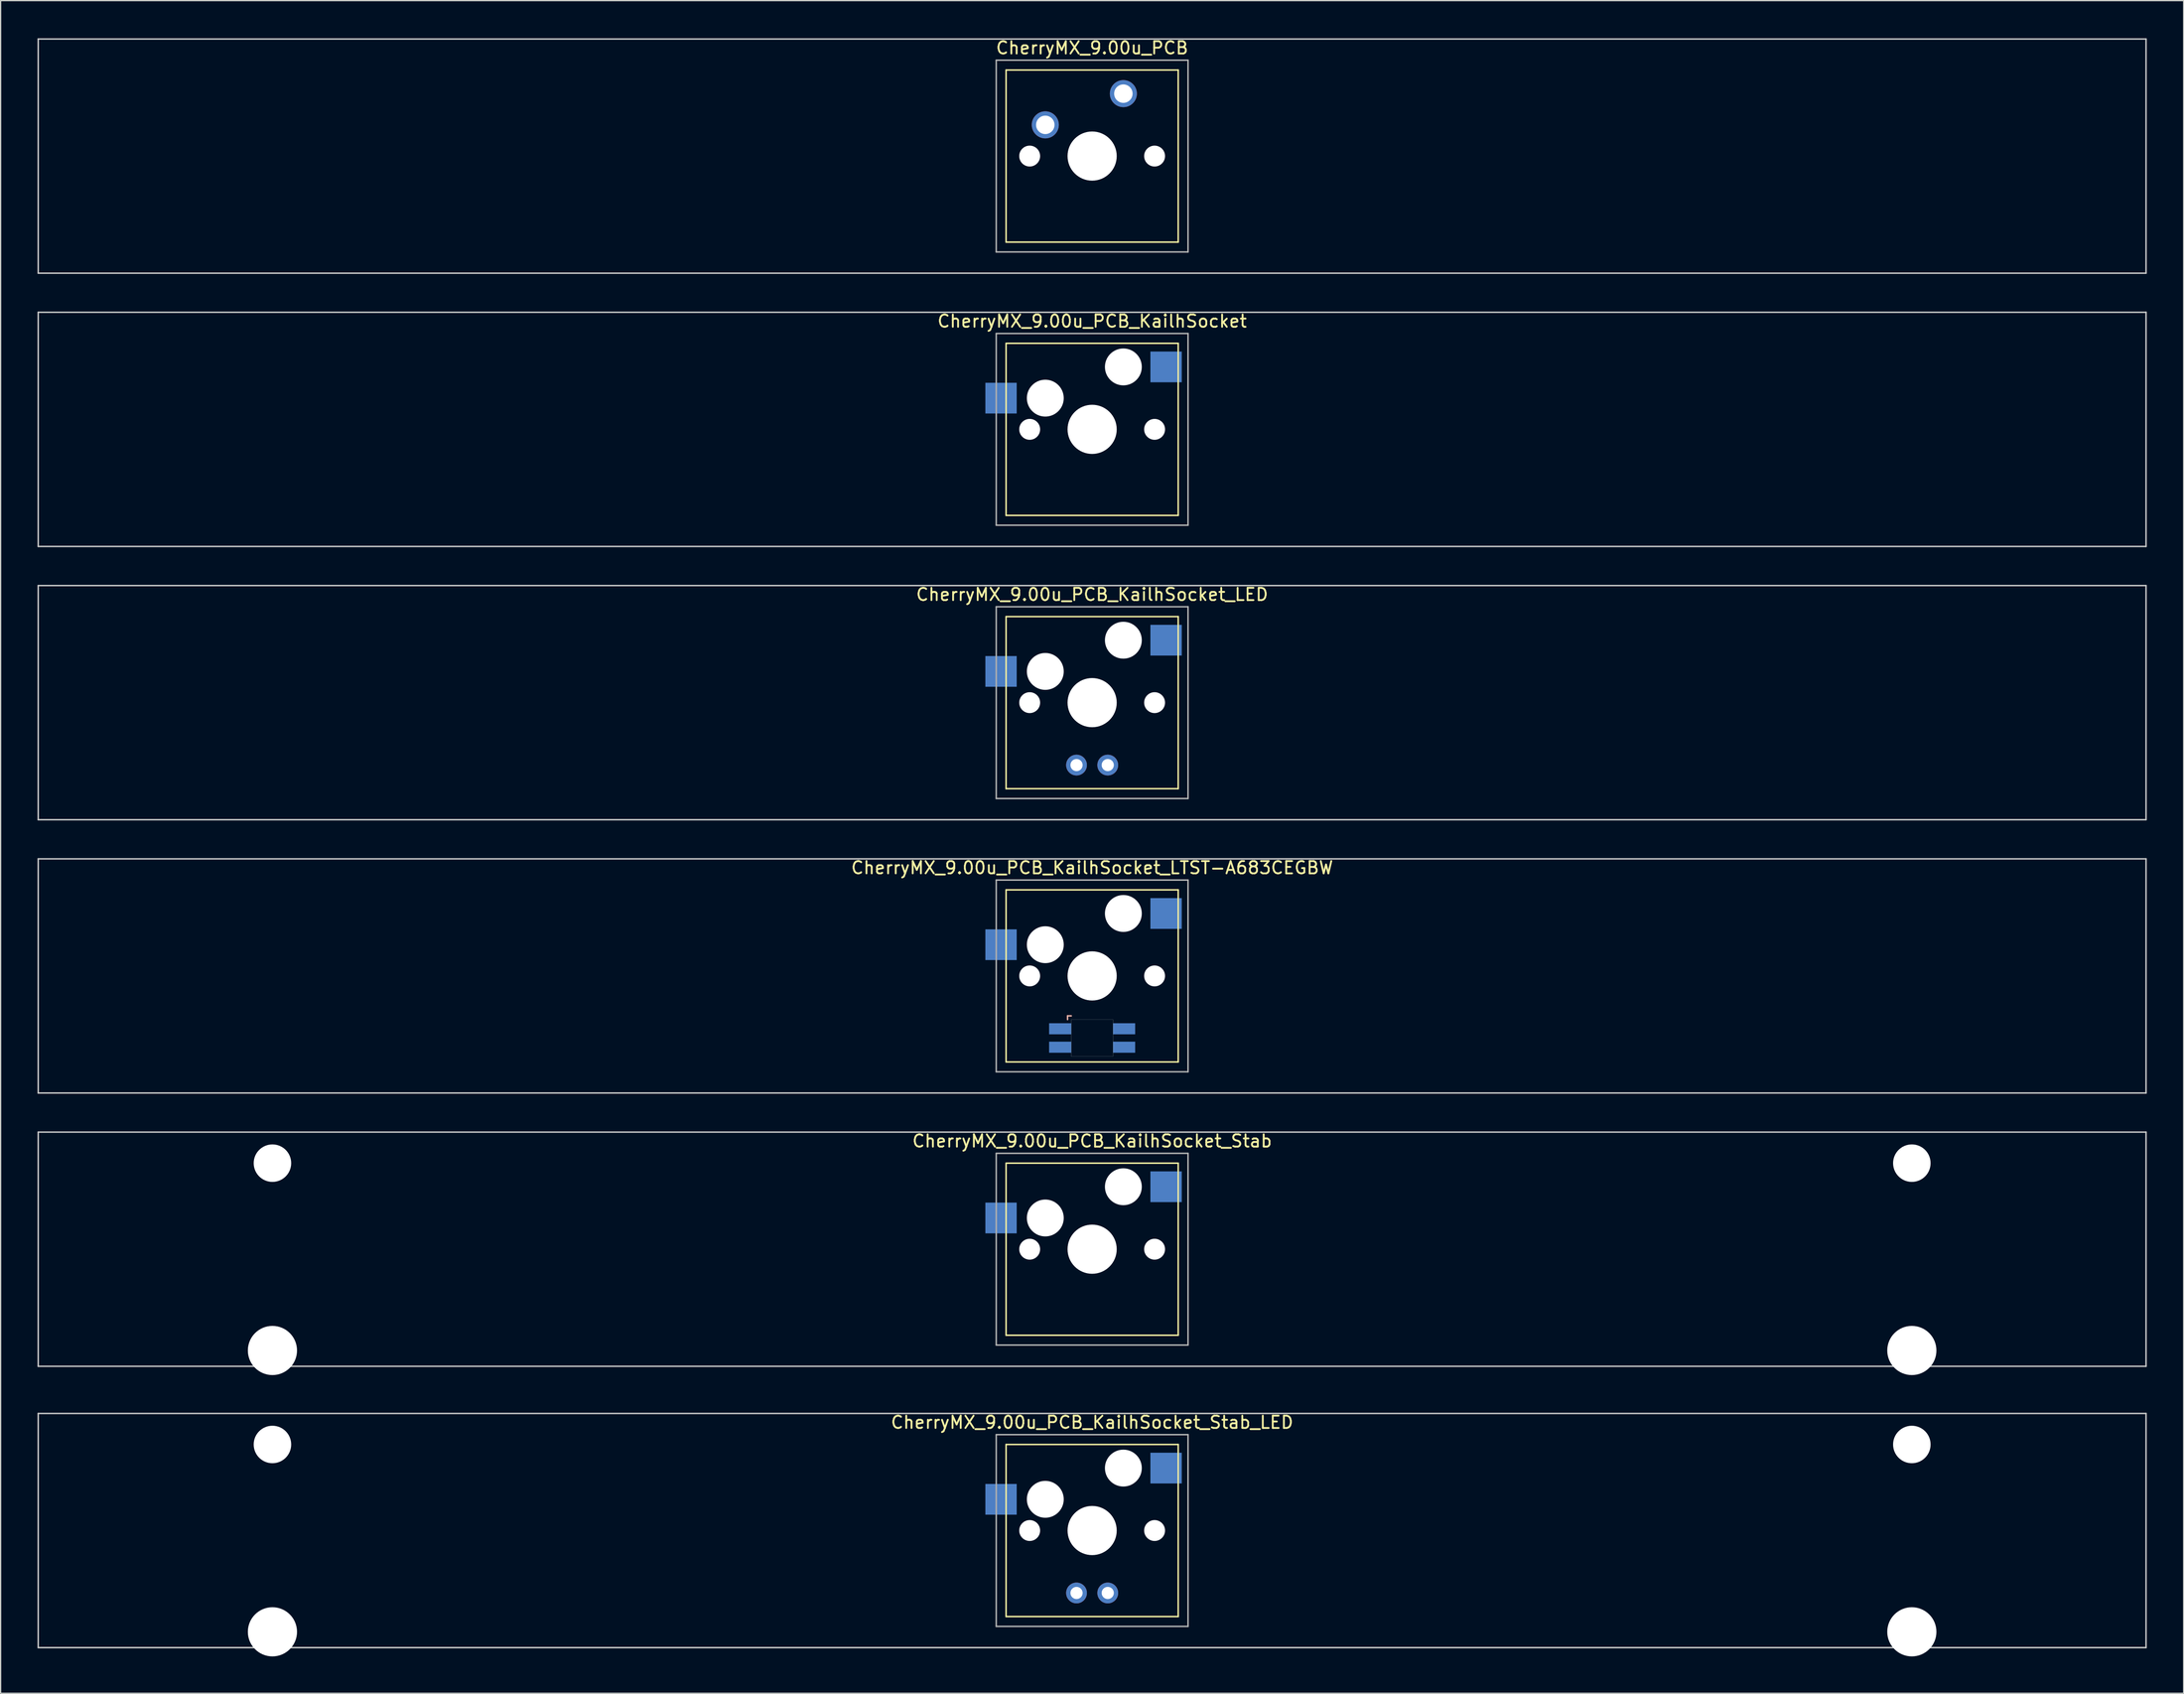
<source format=kicad_pcb>
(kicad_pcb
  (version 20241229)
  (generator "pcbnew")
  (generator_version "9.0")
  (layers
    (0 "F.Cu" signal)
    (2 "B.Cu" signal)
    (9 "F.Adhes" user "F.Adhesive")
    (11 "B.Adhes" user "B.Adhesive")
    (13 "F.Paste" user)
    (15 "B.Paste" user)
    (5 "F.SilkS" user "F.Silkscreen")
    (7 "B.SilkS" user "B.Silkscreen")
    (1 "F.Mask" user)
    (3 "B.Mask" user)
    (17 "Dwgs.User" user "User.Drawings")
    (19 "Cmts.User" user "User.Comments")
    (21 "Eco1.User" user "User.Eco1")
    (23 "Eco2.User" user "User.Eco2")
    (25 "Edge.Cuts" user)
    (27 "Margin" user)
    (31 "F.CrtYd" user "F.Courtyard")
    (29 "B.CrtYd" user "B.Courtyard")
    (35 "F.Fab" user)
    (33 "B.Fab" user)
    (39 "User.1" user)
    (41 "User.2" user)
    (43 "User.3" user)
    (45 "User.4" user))
  (footprint "CherryMX_9.00u_PCB_KailhSocket_LTST-A683CEGBW"
    (layer "F.Cu")
    (at 85.785 76.348)
    (property "Reference" "CherryMX_9.00u_PCB_KailhSocket_LTST-A683CEGBW" (at 0 -8.8 0) (layer "F.SilkS") (effects (font (size 1 1) (thickness 0.15))))
    (attr through_hole)
    (fp_line (start -7 -7) (end -7 7) (stroke (width 0.12) (type solid)) (layer "F.SilkS"))
    (fp_line (start -7 -7) (end 7 -7) (stroke (width 0.12) (type solid)) (layer "F.SilkS"))
    (fp_line (start 7 -7) (end 7 7) (stroke (width 0.12) (type solid)) (layer "F.SilkS"))
    (fp_line (start 7 7) (end -7 7) (stroke (width 0.12) (type solid)) (layer "F.SilkS"))
    (fp_line (start -2 3.25) (end -2 3.55) (stroke (width 0.12) (type solid)) (layer "B.SilkS"))
    (fp_line (start -1.7 3.25) (end -2 3.25) (stroke (width 0.12) (type solid)) (layer "B.SilkS"))
    (fp_line (start -85.725 -9.525) (end 85.725 -9.525) (stroke (width 0.12) (type solid)) (layer "Dwgs.User"))
    (fp_line (start -85.725 9.525) (end -85.725 -9.525) (stroke (width 0.12) (type solid)) (layer "Dwgs.User"))
    (fp_line (start 85.725 -9.525) (end 85.725 9.525) (stroke (width 0.12) (type solid)) (layer "Dwgs.User"))
    (fp_line (start 85.725 9.525) (end -85.725 9.525) (stroke (width 0.12) (type solid)) (layer "Dwgs.User"))
    (fp_poly (pts (xy 1.7 6.55) (xy -1.7 6.55) (xy -1.7 3.55) (xy 1.7 3.55)) (stroke (width 0.01) (type solid)) (fill no) (layer "Edge.Cuts"))
    (fp_line (start -7.8 -7.8) (end -7.8 7.8) (stroke (width 0.12) (type solid)) (layer "F.Fab"))
    (fp_line (start -7.8 -7.8) (end 7.8 -7.8) (stroke (width 0.12) (type solid)) (layer "F.Fab"))
    (fp_line (start -7.8 7.8) (end 7.8 7.8) (stroke (width 0.12) (type solid)) (layer "F.Fab"))
    (fp_line (start 7.8 -7.8) (end 7.8 7.8) (stroke (width 0.12) (type solid)) (layer "F.Fab"))
    (pad "" np_thru_hole circle (at -5.08 0) (size 1.7 1.7) (drill 1.7) (layers "*.Cu" "*.Mask"))
    (pad "" np_thru_hole circle (at -3.81 -2.54) (size 3 3) (drill 3) (layers "*.Cu" "*.Mask"))
    (pad "" np_thru_hole circle (at 0 0) (size 4 4) (drill 4) (layers "*.Cu" "*.Mask"))
    (pad "" np_thru_hole circle (at 2.54 -5.08) (size 3 3) (drill 3) (layers "*.Cu" "*.Mask"))
    (pad "" np_thru_hole circle (at 5.08 0) (size 1.7 1.7) (drill 1.7) (layers "*.Cu" "*.Mask"))
    (pad "1" smd rect (at -7.41 -2.54) (size 2.55 2.5) (layers "B.Cu" "B.Mask" "B.Paste"))
    (pad "2" smd rect (at 6.015 -5.08) (size 2.55 2.5) (layers "B.Cu" "B.Mask" "B.Paste"))
    (pad "3" smd rect (at -2.6 4.3) (size 1.8 0.9) (layers "B.Cu" "B.Mask" "B.Paste"))
    (pad "4" smd rect (at -2.6 5.8) (size 1.8 0.9) (layers "B.Cu" "B.Mask" "B.Paste"))
    (pad "5" smd rect (at 2.6 4.3) (size 1.8 0.9) (layers "B.Cu" "B.Mask" "B.Paste"))
    (pad "6" smd rect (at 2.6 5.8) (size 1.8 0.9) (layers "B.Cu" "B.Mask" "B.Paste")))
  (footprint "CherryMX_9.00u_PCB_KailhSocket_LED"
    (layer "F.Cu")
    (at 85.785 54.115)
    (property "Reference" "CherryMX_9.00u_PCB_KailhSocket_LED" (at 0 -8.8 0) (layer "F.SilkS") (effects (font (size 1 1) (thickness 0.15))))
    (attr through_hole)
    (fp_line (start -7 -7) (end -7 7) (stroke (width 0.12) (type solid)) (layer "F.SilkS"))
    (fp_line (start -7 -7) (end 7 -7) (stroke (width 0.12) (type solid)) (layer "F.SilkS"))
    (fp_line (start 7 -7) (end 7 7) (stroke (width 0.12) (type solid)) (layer "F.SilkS"))
    (fp_line (start 7 7) (end -7 7) (stroke (width 0.12) (type solid)) (layer "F.SilkS"))
    (fp_line (start -85.725 -9.525) (end 85.725 -9.525) (stroke (width 0.12) (type solid)) (layer "Dwgs.User"))
    (fp_line (start -85.725 9.525) (end -85.725 -9.525) (stroke (width 0.12) (type solid)) (layer "Dwgs.User"))
    (fp_line (start 85.725 -9.525) (end 85.725 9.525) (stroke (width 0.12) (type solid)) (layer "Dwgs.User"))
    (fp_line (start 85.725 9.525) (end -85.725 9.525) (stroke (width 0.12) (type solid)) (layer "Dwgs.User"))
    (fp_line (start -7.8 -7.8) (end -7.8 7.8) (stroke (width 0.12) (type solid)) (layer "F.Fab"))
    (fp_line (start -7.8 -7.8) (end 7.8 -7.8) (stroke (width 0.12) (type solid)) (layer "F.Fab"))
    (fp_line (start -7.8 7.8) (end 7.8 7.8) (stroke (width 0.12) (type solid)) (layer "F.Fab"))
    (fp_line (start 7.8 -7.8) (end 7.8 7.8) (stroke (width 0.12) (type solid)) (layer "F.Fab"))
    (pad "" np_thru_hole circle (at -5.08 0) (size 1.7 1.7) (drill 1.7) (layers "*.Cu" "*.Mask"))
    (pad "" np_thru_hole circle (at -3.81 -2.54) (size 3 3) (drill 3) (layers "*.Cu" "*.Mask"))
    (pad "" np_thru_hole circle (at 0 0) (size 4 4) (drill 4) (layers "*.Cu" "*.Mask"))
    (pad "" np_thru_hole circle (at 2.54 -5.08) (size 3 3) (drill 3) (layers "*.Cu" "*.Mask"))
    (pad "" np_thru_hole circle (at 5.08 0) (size 1.7 1.7) (drill 1.7) (layers "*.Cu" "*.Mask"))
    (pad "1" smd rect (at -7.41 -2.54) (size 2.55 2.5) (layers "B.Cu" "B.Mask" "B.Paste"))
    (pad "2" smd rect (at 6.015 -5.08) (size 2.55 2.5) (layers "B.Cu" "B.Mask" "B.Paste"))
    (pad "3" thru_hole circle (at -1.27 5.08) (size 1.691 1.691) (drill 0.991) (layers "*.Cu" "*.Mask"))
    (pad "4" thru_hole circle (at 1.27 5.08) (size 1.691 1.691) (drill 0.991) (layers "*.Cu" "*.Mask")))
  (footprint "CherryMX_9.00u_PCB_KailhSocket_Stab"
    (layer "F.Cu")
    (at 85.785 98.581)
    (property "Reference" "CherryMX_9.00u_PCB_KailhSocket_Stab" (at 0 -8.8 0) (layer "F.SilkS") (effects (font (size 1 1) (thickness 0.15))))
    (attr through_hole)
    (fp_line (start -7 -7) (end -7 7) (stroke (width 0.12) (type solid)) (layer "F.SilkS"))
    (fp_line (start -7 -7) (end 7 -7) (stroke (width 0.12) (type solid)) (layer "F.SilkS"))
    (fp_line (start 7 -7) (end 7 7) (stroke (width 0.12) (type solid)) (layer "F.SilkS"))
    (fp_line (start 7 7) (end -7 7) (stroke (width 0.12) (type solid)) (layer "F.SilkS"))
    (fp_line (start -85.725 -9.525) (end 85.725 -9.525) (stroke (width 0.12) (type solid)) (layer "Dwgs.User"))
    (fp_line (start -85.725 9.525) (end -85.725 -9.525) (stroke (width 0.12) (type solid)) (layer "Dwgs.User"))
    (fp_line (start 85.725 -9.525) (end 85.725 9.525) (stroke (width 0.12) (type solid)) (layer "Dwgs.User"))
    (fp_line (start 85.725 9.525) (end -85.725 9.525) (stroke (width 0.12) (type solid)) (layer "Dwgs.User"))
    (fp_line (start -7.8 -7.8) (end -7.8 7.8) (stroke (width 0.12) (type solid)) (layer "F.Fab"))
    (fp_line (start -7.8 -7.8) (end 7.8 -7.8) (stroke (width 0.12) (type solid)) (layer "F.Fab"))
    (fp_line (start -7.8 7.8) (end 7.8 7.8) (stroke (width 0.12) (type solid)) (layer "F.Fab"))
    (fp_line (start 7.8 -7.8) (end 7.8 7.8) (stroke (width 0.12) (type solid)) (layer "F.Fab"))
    (pad "" np_thru_hole circle (at -66.675 -7) (size 3.05 3.05) (drill 3.05) (layers "*.Cu" "*.Mask"))
    (pad "" np_thru_hole circle (at -66.675 8.24) (size 4 4) (drill 4) (layers "*.Cu" "*.Mask"))
    (pad "" np_thru_hole circle (at -5.08 0) (size 1.7 1.7) (drill 1.7) (layers "*.Cu" "*.Mask"))
    (pad "" np_thru_hole circle (at -3.81 -2.54) (size 3 3) (drill 3) (layers "*.Cu" "*.Mask"))
    (pad "" np_thru_hole circle (at 0 0) (size 4 4) (drill 4) (layers "*.Cu" "*.Mask"))
    (pad "" np_thru_hole circle (at 2.54 -5.08) (size 3 3) (drill 3) (layers "*.Cu" "*.Mask"))
    (pad "" np_thru_hole circle (at 5.08 0) (size 1.7 1.7) (drill 1.7) (layers "*.Cu" "*.Mask"))
    (pad "" np_thru_hole circle (at 66.675 -7) (size 3.05 3.05) (drill 3.05) (layers "*.Cu" "*.Mask"))
    (pad "" np_thru_hole circle (at 66.675 8.24) (size 4 4) (drill 4) (layers "*.Cu" "*.Mask"))
    (pad "1" smd rect (at -7.41 -2.54) (size 2.55 2.5) (layers "B.Cu" "B.Mask" "B.Paste"))
    (pad "2" smd rect (at 6.015 -5.08) (size 2.55 2.5) (layers "B.Cu" "B.Mask" "B.Paste")))
  (footprint "CherryMX_9.00u_PCB_KailhSocket_Stab_LED"
    (layer "F.Cu")
    (at 85.785 121.469)
    (property "Reference" "CherryMX_9.00u_PCB_KailhSocket_Stab_LED" (at 0 -8.8 0) (layer "F.SilkS") (effects (font (size 1 1) (thickness 0.15))))
    (attr through_hole)
    (fp_line (start -7 -7) (end -7 7) (stroke (width 0.12) (type solid)) (layer "F.SilkS"))
    (fp_line (start -7 -7) (end 7 -7) (stroke (width 0.12) (type solid)) (layer "F.SilkS"))
    (fp_line (start 7 -7) (end 7 7) (stroke (width 0.12) (type solid)) (layer "F.SilkS"))
    (fp_line (start 7 7) (end -7 7) (stroke (width 0.12) (type solid)) (layer "F.SilkS"))
    (fp_line (start -85.725 -9.525) (end 85.725 -9.525) (stroke (width 0.12) (type solid)) (layer "Dwgs.User"))
    (fp_line (start -85.725 9.525) (end -85.725 -9.525) (stroke (width 0.12) (type solid)) (layer "Dwgs.User"))
    (fp_line (start 85.725 -9.525) (end 85.725 9.525) (stroke (width 0.12) (type solid)) (layer "Dwgs.User"))
    (fp_line (start 85.725 9.525) (end -85.725 9.525) (stroke (width 0.12) (type solid)) (layer "Dwgs.User"))
    (fp_line (start -7.8 -7.8) (end -7.8 7.8) (stroke (width 0.12) (type solid)) (layer "F.Fab"))
    (fp_line (start -7.8 -7.8) (end 7.8 -7.8) (stroke (width 0.12) (type solid)) (layer "F.Fab"))
    (fp_line (start -7.8 7.8) (end 7.8 7.8) (stroke (width 0.12) (type solid)) (layer "F.Fab"))
    (fp_line (start 7.8 -7.8) (end 7.8 7.8) (stroke (width 0.12) (type solid)) (layer "F.Fab"))
    (pad "" np_thru_hole circle (at -66.675 -7) (size 3.05 3.05) (drill 3.05) (layers "*.Cu" "*.Mask"))
    (pad "" np_thru_hole circle (at -66.675 8.24) (size 4 4) (drill 4) (layers "*.Cu" "*.Mask"))
    (pad "" np_thru_hole circle (at -5.08 0) (size 1.7 1.7) (drill 1.7) (layers "*.Cu" "*.Mask"))
    (pad "" np_thru_hole circle (at -3.81 -2.54) (size 3 3) (drill 3) (layers "*.Cu" "*.Mask"))
    (pad "" np_thru_hole circle (at 0 0) (size 4 4) (drill 4) (layers "*.Cu" "*.Mask"))
    (pad "" np_thru_hole circle (at 2.54 -5.08) (size 3 3) (drill 3) (layers "*.Cu" "*.Mask"))
    (pad "" np_thru_hole circle (at 5.08 0) (size 1.7 1.7) (drill 1.7) (layers "*.Cu" "*.Mask"))
    (pad "" np_thru_hole circle (at 66.675 -7) (size 3.05 3.05) (drill 3.05) (layers "*.Cu" "*.Mask"))
    (pad "" np_thru_hole circle (at 66.675 8.24) (size 4 4) (drill 4) (layers "*.Cu" "*.Mask"))
    (pad "1" smd rect (at -7.41 -2.54) (size 2.55 2.5) (layers "B.Cu" "B.Mask" "B.Paste"))
    (pad "2" smd rect (at 6.015 -5.08) (size 2.55 2.5) (layers "B.Cu" "B.Mask" "B.Paste"))
    (pad "3" thru_hole circle (at -1.27 5.08) (size 1.691 1.691) (drill 0.991) (layers "*.Cu" "*.Mask"))
    (pad "4" thru_hole circle (at 1.27 5.08) (size 1.691 1.691) (drill 0.991) (layers "*.Cu" "*.Mask")))
  (footprint "CherryMX_9.00u_PCB"
    (layer "F.Cu")
    (at 85.785 9.648)
    (property "Reference" "CherryMX_9.00u_PCB" (at 0 -8.8 0) (layer "F.SilkS") (effects (font (size 1 1) (thickness 0.15))))
    (attr through_hole)
    (fp_line (start -7 -7) (end -7 7) (stroke (width 0.12) (type solid)) (layer "F.SilkS"))
    (fp_line (start -7 -7) (end 7 -7) (stroke (width 0.12) (type solid)) (layer "F.SilkS"))
    (fp_line (start 7 -7) (end 7 7) (stroke (width 0.12) (type solid)) (layer "F.SilkS"))
    (fp_line (start 7 7) (end -7 7) (stroke (width 0.12) (type solid)) (layer "F.SilkS"))
    (fp_line (start -85.725 -9.525) (end 85.725 -9.525) (stroke (width 0.12) (type solid)) (layer "Dwgs.User"))
    (fp_line (start -85.725 9.525) (end -85.725 -9.525) (stroke (width 0.12) (type solid)) (layer "Dwgs.User"))
    (fp_line (start 85.725 -9.525) (end 85.725 9.525) (stroke (width 0.12) (type solid)) (layer "Dwgs.User"))
    (fp_line (start 85.725 9.525) (end -85.725 9.525) (stroke (width 0.12) (type solid)) (layer "Dwgs.User"))
    (fp_line (start -7.8 -7.8) (end -7.8 7.8) (stroke (width 0.12) (type solid)) (layer "F.Fab"))
    (fp_line (start -7.8 -7.8) (end 7.8 -7.8) (stroke (width 0.12) (type solid)) (layer "F.Fab"))
    (fp_line (start -7.8 7.8) (end 7.8 7.8) (stroke (width 0.12) (type solid)) (layer "F.Fab"))
    (fp_line (start 7.8 -7.8) (end 7.8 7.8) (stroke (width 0.12) (type solid)) (layer "F.Fab"))
    (pad "" np_thru_hole circle (at -5.08 0) (size 1.7 1.7) (drill 1.7) (layers "*.Cu" "*.Mask"))
    (pad "" np_thru_hole circle (at 0 0) (size 4 4) (drill 4) (layers "*.Cu" "*.Mask"))
    (pad "" np_thru_hole circle (at 5.08 0) (size 1.7 1.7) (drill 1.7) (layers "*.Cu" "*.Mask"))
    (pad "1" thru_hole circle (at -3.81 -2.54) (size 2.2 2.2) (drill 1.5) (layers "*.Cu" "*.Mask"))
    (pad "2" thru_hole circle (at 2.54 -5.08) (size 2.2 2.2) (drill 1.5) (layers "*.Cu" "*.Mask")))
  (footprint "CherryMX_9.00u_PCB_KailhSocket"
    (layer "F.Cu")
    (at 85.785 31.881)
    (property "Reference" "CherryMX_9.00u_PCB_KailhSocket" (at 0 -8.8 0) (layer "F.SilkS") (effects (font (size 1 1) (thickness 0.15))))
    (attr through_hole)
    (fp_line (start -7 -7) (end -7 7) (stroke (width 0.12) (type solid)) (layer "F.SilkS"))
    (fp_line (start -7 -7) (end 7 -7) (stroke (width 0.12) (type solid)) (layer "F.SilkS"))
    (fp_line (start 7 -7) (end 7 7) (stroke (width 0.12) (type solid)) (layer "F.SilkS"))
    (fp_line (start 7 7) (end -7 7) (stroke (width 0.12) (type solid)) (layer "F.SilkS"))
    (fp_line (start -85.725 -9.525) (end 85.725 -9.525) (stroke (width 0.12) (type solid)) (layer "Dwgs.User"))
    (fp_line (start -85.725 9.525) (end -85.725 -9.525) (stroke (width 0.12) (type solid)) (layer "Dwgs.User"))
    (fp_line (start 85.725 -9.525) (end 85.725 9.525) (stroke (width 0.12) (type solid)) (layer "Dwgs.User"))
    (fp_line (start 85.725 9.525) (end -85.725 9.525) (stroke (width 0.12) (type solid)) (layer "Dwgs.User"))
    (fp_line (start -7.8 -7.8) (end -7.8 7.8) (stroke (width 0.12) (type solid)) (layer "F.Fab"))
    (fp_line (start -7.8 -7.8) (end 7.8 -7.8) (stroke (width 0.12) (type solid)) (layer "F.Fab"))
    (fp_line (start -7.8 7.8) (end 7.8 7.8) (stroke (width 0.12) (type solid)) (layer "F.Fab"))
    (fp_line (start 7.8 -7.8) (end 7.8 7.8) (stroke (width 0.12) (type solid)) (layer "F.Fab"))
    (pad "" np_thru_hole circle (at -5.08 0) (size 1.7 1.7) (drill 1.7) (layers "*.Cu" "*.Mask"))
    (pad "" np_thru_hole circle (at -3.81 -2.54) (size 3 3) (drill 3) (layers "*.Cu" "*.Mask"))
    (pad "" np_thru_hole circle (at 0 0) (size 4 4) (drill 4) (layers "*.Cu" "*.Mask"))
    (pad "" np_thru_hole circle (at 2.54 -5.08) (size 3 3) (drill 3) (layers "*.Cu" "*.Mask"))
    (pad "" np_thru_hole circle (at 5.08 0) (size 1.7 1.7) (drill 1.7) (layers "*.Cu" "*.Mask"))
    (pad "1" smd rect (at -7.41 -2.54) (size 2.55 2.5) (layers "B.Cu" "B.Mask" "B.Paste"))
    (pad "2" smd rect (at 6.015 -5.08) (size 2.55 2.5) (layers "B.Cu" "B.Mask" "B.Paste")))
  (gr_rect
    (start -3 -3)
    (end 174.57 134.709)
    (stroke (width 0.1) (type default))
    (fill no)
    (layer "Edge.Cuts")))
</source>
